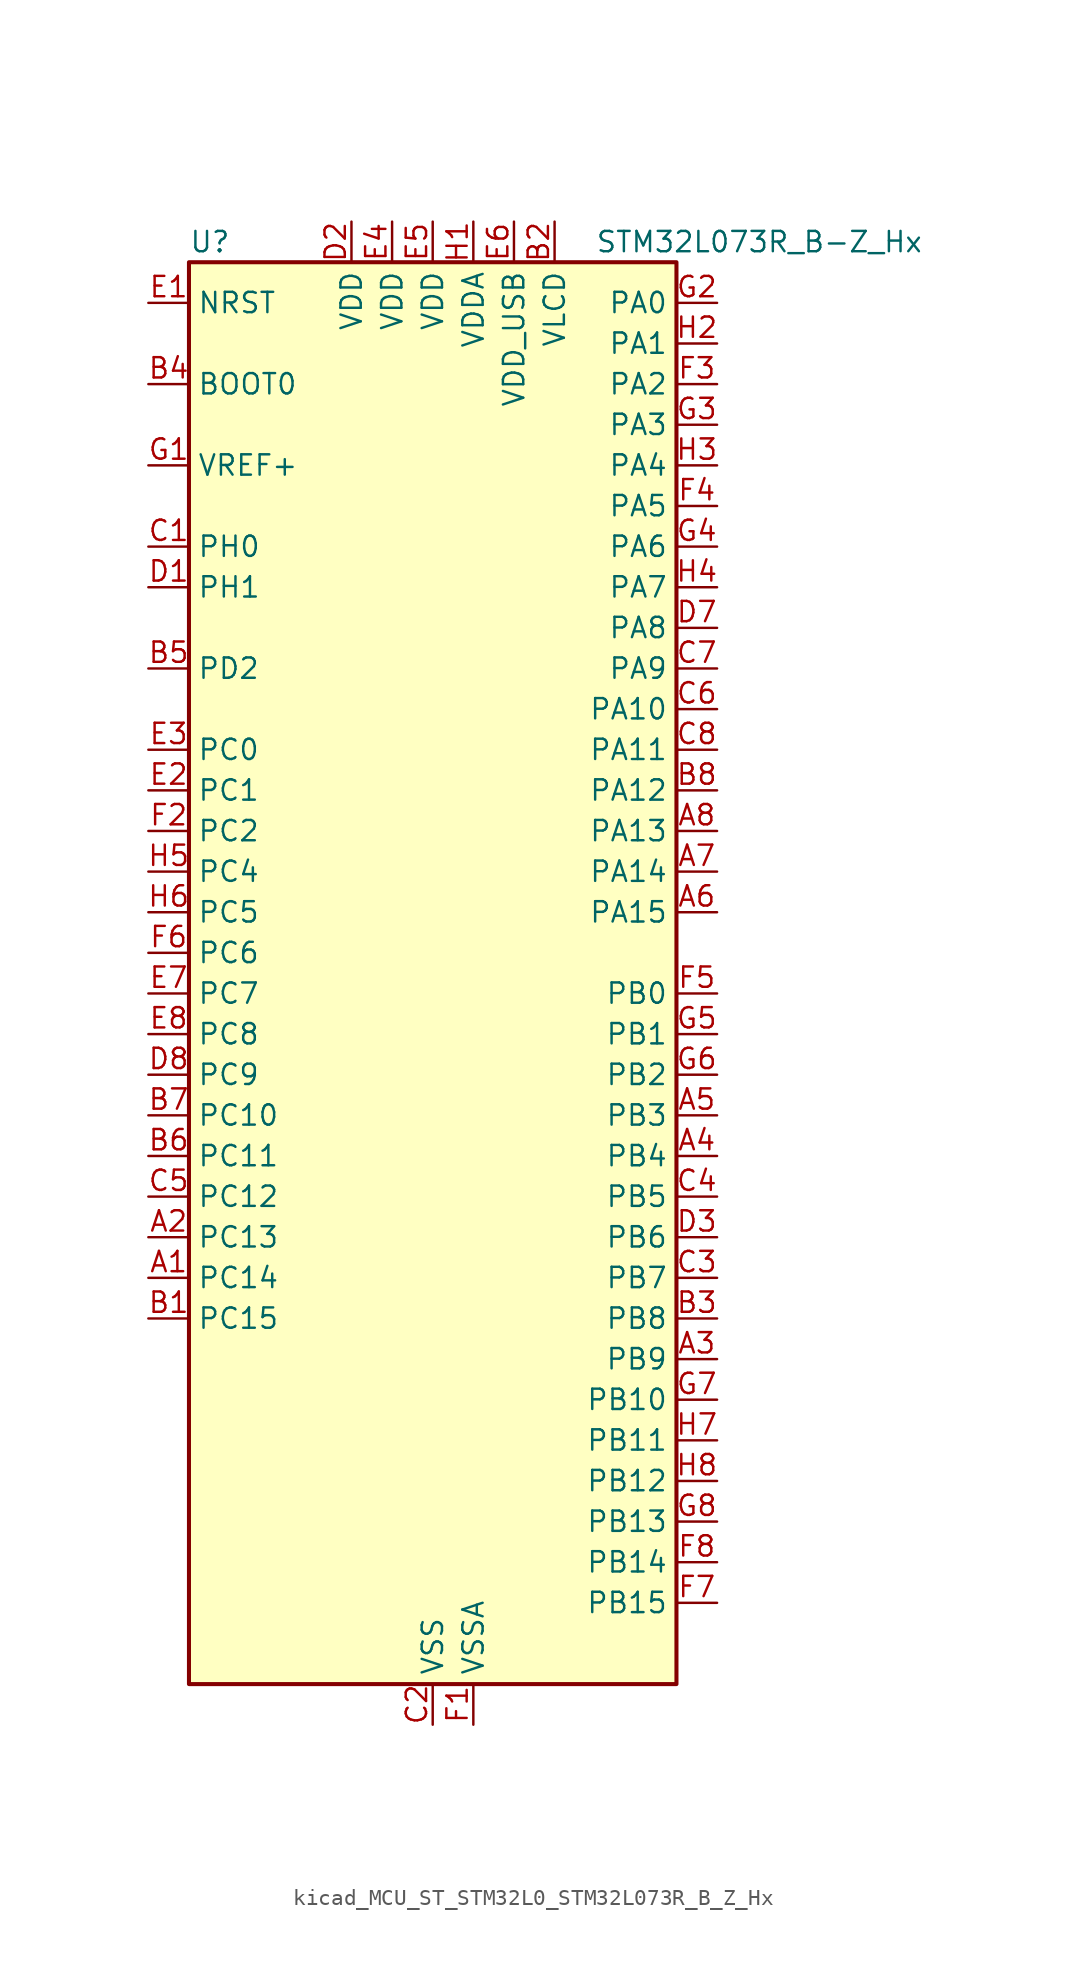
<source format=kicad_sym>
(kicad_symbol_lib
  (version 20220914)
  (generator kicad_symbol_editor)
  (symbol "kicad_MCU_ST_STM32L0_STM32L073R_B_Z_Hx"
    (property "Reference" "U"
      (at -15.24 46.99 0)
      (effects (font (size 1.27 1.27)) (justify left)))
    (property "Value" "STM32L073R_B-Z_Hx"
      (at 10.16 46.99 0)
      (effects (font (size 1.27 1.27)) (justify left)))
    (property "ki_locked" ""
      (at 0 0 0)
      (effects (font (size 1.27 1.27))))
    (symbol "kicad_MCU_ST_STM32L0_STM32L073R_B_Z_Hx_0_1"
      (rectangle (start -15.24 -43.18) (end 15.24 45.72) (stroke (width 0.254) (type default)) (fill (type background))))
    (symbol "kicad_MCU_ST_STM32L0_STM32L073R_B_Z_Hx_1_1"
      (pin bidirectional line (at -17.78 -17.78 0) (length 2.54) (name "PC14" (effects (font (size 1.27 1.27)))) (number "A1" (effects (font (size 1.27 1.27)))) (alternate "RCC_OSC32_IN" bidirectional line))
      (pin bidirectional line (at -17.78 -15.24 0) (length 2.54) (name "PC13" (effects (font (size 1.27 1.27)))) (number "A2" (effects (font (size 1.27 1.27)))) (alternate "RTC_OUT_ALARM" bidirectional line) (alternate "RTC_OUT_CALIB" bidirectional line) (alternate "RTC_TAMP1" bidirectional line) (alternate "RTC_TS" bidirectional line) (alternate "SYS_WKUP2" bidirectional line))
      (pin bidirectional line (at 17.78 -22.86 180) (length 2.54) (name "PB9" (effects (font (size 1.27 1.27)))) (number "A3" (effects (font (size 1.27 1.27)))) (alternate "DAC_EXTI9" bidirectional line) (alternate "I2C1_SDA" bidirectional line) (alternate "I2S2_WS" bidirectional line) (alternate "LCD_COM3" bidirectional line) (alternate "SPI2_NSS" bidirectional line))
      (pin bidirectional line (at 17.78 -10.16 180) (length 2.54) (name "PB4" (effects (font (size 1.27 1.27)))) (number "A4" (effects (font (size 1.27 1.27)))) (alternate "COMP2_INP" bidirectional line) (alternate "I2C3_SDA" bidirectional line) (alternate "LCD_SEG8" bidirectional line) (alternate "SPI1_MISO" bidirectional line) (alternate "TIM22_CH1" bidirectional line) (alternate "TIM3_CH1" bidirectional line) (alternate "TSC_G5_IO2" bidirectional line) (alternate "USART1_CTS" bidirectional line) (alternate "USART5_RX" bidirectional line))
      (pin bidirectional line (at 17.78 -7.62 180) (length 2.54) (name "PB3" (effects (font (size 1.27 1.27)))) (number "A5" (effects (font (size 1.27 1.27)))) (alternate "COMP2_INM" bidirectional line) (alternate "LCD_SEG7" bidirectional line) (alternate "SPI1_SCK" bidirectional line) (alternate "TIM2_CH2" bidirectional line) (alternate "TSC_G5_IO1" bidirectional line) (alternate "USART1_DE" bidirectional line) (alternate "USART1_RTS" bidirectional line) (alternate "USART5_TX" bidirectional line))
      (pin bidirectional line (at 17.78 5.08 180) (length 2.54) (name "PA15" (effects (font (size 1.27 1.27)))) (number "A6" (effects (font (size 1.27 1.27)))) (alternate "LCD_SEG17" bidirectional line) (alternate "SPI1_NSS" bidirectional line) (alternate "TIM2_CH1" bidirectional line) (alternate "TIM2_ETR" bidirectional line) (alternate "USART2_RX" bidirectional line) (alternate "USART4_DE" bidirectional line) (alternate "USART4_RTS" bidirectional line))
      (pin bidirectional line (at 17.78 7.62 180) (length 2.54) (name "PA14" (effects (font (size 1.27 1.27)))) (number "A7" (effects (font (size 1.27 1.27)))) (alternate "LPUART1_TX" bidirectional line) (alternate "SYS_SWCLK" bidirectional line) (alternate "USART2_TX" bidirectional line))
      (pin bidirectional line (at 17.78 10.16 180) (length 2.54) (name "PA13" (effects (font (size 1.27 1.27)))) (number "A8" (effects (font (size 1.27 1.27)))) (alternate "LPUART1_RX" bidirectional line) (alternate "SYS_SWDIO" bidirectional line) (alternate "USB_NOE" bidirectional line))
      (pin bidirectional line (at -17.78 -20.32 0) (length 2.54) (name "PC15" (effects (font (size 1.27 1.27)))) (number "B1" (effects (font (size 1.27 1.27)))) (alternate "RCC_OSC32_OUT" bidirectional line))
      (pin power_in line (at 7.62 48.26 270) (length 2.54) (name "VLCD" (effects (font (size 1.27 1.27)))) (number "B2" (effects (font (size 1.27 1.27)))))
      (pin bidirectional line (at 17.78 -20.32 180) (length 2.54) (name "PB8" (effects (font (size 1.27 1.27)))) (number "B3" (effects (font (size 1.27 1.27)))) (alternate "I2C1_SCL" bidirectional line) (alternate "LCD_SEG16" bidirectional line) (alternate "TSC_SYNC" bidirectional line))
      (pin input line (at -17.78 38.1 0) (length 2.54) (name "BOOT0" (effects (font (size 1.27 1.27)))) (number "B4" (effects (font (size 1.27 1.27)))))
      (pin bidirectional line (at -17.78 20.32 0) (length 2.54) (name "PD2" (effects (font (size 1.27 1.27)))) (number "B5" (effects (font (size 1.27 1.27)))) (alternate "LCD_COM7" bidirectional line) (alternate "LCD_SEG31" bidirectional line) (alternate "LPUART1_DE" bidirectional line) (alternate "LPUART1_RTS" bidirectional line) (alternate "TIM3_ETR" bidirectional line) (alternate "USART5_RX" bidirectional line))
      (pin bidirectional line (at -17.78 -10.16 0) (length 2.54) (name "PC11" (effects (font (size 1.27 1.27)))) (number "B6" (effects (font (size 1.27 1.27)))) (alternate "ADC_EXTI11" bidirectional line) (alternate "LCD_COM5" bidirectional line) (alternate "LCD_SEG29" bidirectional line) (alternate "LPUART1_RX" bidirectional line) (alternate "USART4_RX" bidirectional line))
      (pin bidirectional line (at -17.78 -7.62 0) (length 2.54) (name "PC10" (effects (font (size 1.27 1.27)))) (number "B7" (effects (font (size 1.27 1.27)))) (alternate "LCD_COM4" bidirectional line) (alternate "LCD_SEG28" bidirectional line) (alternate "LPUART1_TX" bidirectional line) (alternate "USART4_TX" bidirectional line))
      (pin bidirectional line (at 17.78 12.7 180) (length 2.54) (name "PA12" (effects (font (size 1.27 1.27)))) (number "B8" (effects (font (size 1.27 1.27)))) (alternate "COMP2_OUT" bidirectional line) (alternate "SPI1_MOSI" bidirectional line) (alternate "TSC_G4_IO4" bidirectional line) (alternate "USART1_DE" bidirectional line) (alternate "USART1_RTS" bidirectional line) (alternate "USB_DP" bidirectional line))
      (pin bidirectional line (at -17.78 27.94 0) (length 2.54) (name "PH0" (effects (font (size 1.27 1.27)))) (number "C1" (effects (font (size 1.27 1.27)))) (alternate "CRS_SYNC" bidirectional line) (alternate "RCC_OSC_IN" bidirectional line))
      (pin power_in line (at 0 -45.72 90) (length 2.54) (name "VSS" (effects (font (size 1.27 1.27)))) (number "C2" (effects (font (size 1.27 1.27)))))
      (pin bidirectional line (at 17.78 -17.78 180) (length 2.54) (name "PB7" (effects (font (size 1.27 1.27)))) (number "C3" (effects (font (size 1.27 1.27)))) (alternate "COMP2_INP" bidirectional line) (alternate "I2C1_SDA" bidirectional line) (alternate "LPTIM1_IN2" bidirectional line) (alternate "SYS_PVD_IN" bidirectional line) (alternate "TSC_G5_IO4" bidirectional line) (alternate "USART1_RX" bidirectional line) (alternate "USART4_CTS" bidirectional line))
      (pin bidirectional line (at 17.78 -12.7 180) (length 2.54) (name "PB5" (effects (font (size 1.27 1.27)))) (number "C4" (effects (font (size 1.27 1.27)))) (alternate "COMP2_INP" bidirectional line) (alternate "I2C1_SMBA" bidirectional line) (alternate "LCD_SEG9" bidirectional line) (alternate "LPTIM1_IN1" bidirectional line) (alternate "SPI1_MOSI" bidirectional line) (alternate "TIM22_CH2" bidirectional line) (alternate "TIM3_CH2" bidirectional line) (alternate "USART1_CK" bidirectional line) (alternate "USART5_CK" bidirectional line) (alternate "USART5_DE" bidirectional line) (alternate "USART5_RTS" bidirectional line))
      (pin bidirectional line (at -17.78 -12.7 0) (length 2.54) (name "PC12" (effects (font (size 1.27 1.27)))) (number "C5" (effects (font (size 1.27 1.27)))) (alternate "LCD_COM6" bidirectional line) (alternate "LCD_SEG30" bidirectional line) (alternate "USART4_CK" bidirectional line) (alternate "USART5_TX" bidirectional line))
      (pin bidirectional line (at 17.78 17.78 180) (length 2.54) (name "PA10" (effects (font (size 1.27 1.27)))) (number "C6" (effects (font (size 1.27 1.27)))) (alternate "I2C1_SDA" bidirectional line) (alternate "LCD_COM2" bidirectional line) (alternate "TSC_G4_IO2" bidirectional line) (alternate "USART1_RX" bidirectional line))
      (pin bidirectional line (at 17.78 20.32 180) (length 2.54) (name "PA9" (effects (font (size 1.27 1.27)))) (number "C7" (effects (font (size 1.27 1.27)))) (alternate "DAC_EXTI9" bidirectional line) (alternate "I2C1_SCL" bidirectional line) (alternate "I2C3_SMBA" bidirectional line) (alternate "LCD_COM1" bidirectional line) (alternate "RCC_MCO" bidirectional line) (alternate "TSC_G4_IO1" bidirectional line) (alternate "USART1_TX" bidirectional line))
      (pin bidirectional line (at 17.78 15.24 180) (length 2.54) (name "PA11" (effects (font (size 1.27 1.27)))) (number "C8" (effects (font (size 1.27 1.27)))) (alternate "ADC_EXTI11" bidirectional line) (alternate "COMP1_OUT" bidirectional line) (alternate "SPI1_MISO" bidirectional line) (alternate "TSC_G4_IO3" bidirectional line) (alternate "USART1_CTS" bidirectional line) (alternate "USB_DM" bidirectional line))
      (pin bidirectional line (at -17.78 25.4 0) (length 2.54) (name "PH1" (effects (font (size 1.27 1.27)))) (number "D1" (effects (font (size 1.27 1.27)))) (alternate "RCC_OSC_OUT" bidirectional line))
      (pin power_in line (at -5.08 48.26 270) (length 2.54) (name "VDD" (effects (font (size 1.27 1.27)))) (number "D2" (effects (font (size 1.27 1.27)))))
      (pin bidirectional line (at 17.78 -15.24 180) (length 2.54) (name "PB6" (effects (font (size 1.27 1.27)))) (number "D3" (effects (font (size 1.27 1.27)))) (alternate "COMP2_INP" bidirectional line) (alternate "I2C1_SCL" bidirectional line) (alternate "LPTIM1_ETR" bidirectional line) (alternate "TSC_G5_IO3" bidirectional line) (alternate "USART1_TX" bidirectional line))
      (pin passive line (at 0 -45.72 90) (length 2.54) hide (name "VSS" (effects (font (size 1.27 1.27)))) (number "D4" (effects (font (size 1.27 1.27)))))
      (pin passive line (at 0 -45.72 90) (length 2.54) hide (name "VSS" (effects (font (size 1.27 1.27)))) (number "D5" (effects (font (size 1.27 1.27)))))
      (pin passive line (at 0 -45.72 90) (length 2.54) hide (name "VSS" (effects (font (size 1.27 1.27)))) (number "D6" (effects (font (size 1.27 1.27)))))
      (pin bidirectional line (at 17.78 22.86 180) (length 2.54) (name "PA8" (effects (font (size 1.27 1.27)))) (number "D7" (effects (font (size 1.27 1.27)))) (alternate "CRS_SYNC" bidirectional line) (alternate "I2C3_SCL" bidirectional line) (alternate "LCD_COM0" bidirectional line) (alternate "RCC_MCO" bidirectional line) (alternate "USART1_CK" bidirectional line))
      (pin bidirectional line (at -17.78 -5.08 0) (length 2.54) (name "PC9" (effects (font (size 1.27 1.27)))) (number "D8" (effects (font (size 1.27 1.27)))) (alternate "DAC_EXTI9" bidirectional line) (alternate "I2C3_SDA" bidirectional line) (alternate "LCD_SEG27" bidirectional line) (alternate "TIM21_ETR" bidirectional line) (alternate "TIM3_CH4" bidirectional line) (alternate "TSC_G8_IO4" bidirectional line) (alternate "USB_NOE" bidirectional line))
      (pin input line (at -17.78 43.18 0) (length 2.54) (name "NRST" (effects (font (size 1.27 1.27)))) (number "E1" (effects (font (size 1.27 1.27)))))
      (pin bidirectional line (at -17.78 12.7 0) (length 2.54) (name "PC1" (effects (font (size 1.27 1.27)))) (number "E2" (effects (font (size 1.27 1.27)))) (alternate "ADC_IN11" bidirectional line) (alternate "I2C3_SDA" bidirectional line) (alternate "LCD_SEG19" bidirectional line) (alternate "LPTIM1_OUT" bidirectional line) (alternate "LPUART1_TX" bidirectional line) (alternate "TSC_G7_IO2" bidirectional line))
      (pin bidirectional line (at -17.78 15.24 0) (length 2.54) (name "PC0" (effects (font (size 1.27 1.27)))) (number "E3" (effects (font (size 1.27 1.27)))) (alternate "ADC_IN10" bidirectional line) (alternate "I2C3_SCL" bidirectional line) (alternate "LCD_SEG18" bidirectional line) (alternate "LPTIM1_IN1" bidirectional line) (alternate "LPUART1_RX" bidirectional line) (alternate "TSC_G7_IO1" bidirectional line))
      (pin power_in line (at -2.54 48.26 270) (length 2.54) (name "VDD" (effects (font (size 1.27 1.27)))) (number "E4" (effects (font (size 1.27 1.27)))))
      (pin power_in line (at 0 48.26 270) (length 2.54) (name "VDD" (effects (font (size 1.27 1.27)))) (number "E5" (effects (font (size 1.27 1.27)))))
      (pin power_in line (at 5.08 48.26 270) (length 2.54) (name "VDD_USB" (effects (font (size 1.27 1.27)))) (number "E6" (effects (font (size 1.27 1.27)))))
      (pin bidirectional line (at -17.78 0 0) (length 2.54) (name "PC7" (effects (font (size 1.27 1.27)))) (number "E7" (effects (font (size 1.27 1.27)))) (alternate "LCD_SEG25" bidirectional line) (alternate "TIM22_CH2" bidirectional line) (alternate "TIM3_CH2" bidirectional line) (alternate "TSC_G8_IO2" bidirectional line))
      (pin bidirectional line (at -17.78 -2.54 0) (length 2.54) (name "PC8" (effects (font (size 1.27 1.27)))) (number "E8" (effects (font (size 1.27 1.27)))) (alternate "LCD_SEG26" bidirectional line) (alternate "TIM22_ETR" bidirectional line) (alternate "TIM3_CH3" bidirectional line) (alternate "TSC_G8_IO3" bidirectional line))
      (pin power_in line (at 2.54 -45.72 90) (length 2.54) (name "VSSA" (effects (font (size 1.27 1.27)))) (number "F1" (effects (font (size 1.27 1.27)))))
      (pin bidirectional line (at -17.78 10.16 0) (length 2.54) (name "PC2" (effects (font (size 1.27 1.27)))) (number "F2" (effects (font (size 1.27 1.27)))) (alternate "ADC_IN12" bidirectional line) (alternate "I2S2_MCK" bidirectional line) (alternate "LCD_SEG20" bidirectional line) (alternate "LPTIM1_IN2" bidirectional line) (alternate "SPI2_MISO" bidirectional line) (alternate "TSC_G7_IO3" bidirectional line))
      (pin bidirectional line (at 17.78 38.1 180) (length 2.54) (name "PA2" (effects (font (size 1.27 1.27)))) (number "F3" (effects (font (size 1.27 1.27)))) (alternate "ADC_IN2" bidirectional line) (alternate "COMP2_INM" bidirectional line) (alternate "COMP2_OUT" bidirectional line) (alternate "LCD_SEG1" bidirectional line) (alternate "LPUART1_TX" bidirectional line) (alternate "TIM21_CH1" bidirectional line) (alternate "TIM2_CH3" bidirectional line) (alternate "TSC_G1_IO3" bidirectional line) (alternate "USART2_TX" bidirectional line))
      (pin bidirectional line (at 17.78 30.48 180) (length 2.54) (name "PA5" (effects (font (size 1.27 1.27)))) (number "F4" (effects (font (size 1.27 1.27)))) (alternate "ADC_IN5" bidirectional line) (alternate "COMP1_INM" bidirectional line) (alternate "COMP2_INM" bidirectional line) (alternate "DAC_OUT2" bidirectional line) (alternate "SPI1_SCK" bidirectional line) (alternate "TIM2_CH1" bidirectional line) (alternate "TIM2_ETR" bidirectional line) (alternate "TSC_G2_IO2" bidirectional line))
      (pin bidirectional line (at 17.78 0 180) (length 2.54) (name "PB0" (effects (font (size 1.27 1.27)))) (number "F5" (effects (font (size 1.27 1.27)))) (alternate "ADC_IN8" bidirectional line) (alternate "LCD_SEG5" bidirectional line) (alternate "LCD_VLCD3" bidirectional line) (alternate "SYS_VREF_OUT_PB0" bidirectional line) (alternate "TIM3_CH3" bidirectional line) (alternate "TSC_G3_IO2" bidirectional line))
      (pin bidirectional line (at -17.78 2.54 0) (length 2.54) (name "PC6" (effects (font (size 1.27 1.27)))) (number "F6" (effects (font (size 1.27 1.27)))) (alternate "LCD_SEG24" bidirectional line) (alternate "TIM22_CH1" bidirectional line) (alternate "TIM3_CH1" bidirectional line) (alternate "TSC_G8_IO1" bidirectional line))
      (pin bidirectional line (at 17.78 -38.1 180) (length 2.54) (name "PB15" (effects (font (size 1.27 1.27)))) (number "F7" (effects (font (size 1.27 1.27)))) (alternate "I2S2_SD" bidirectional line) (alternate "LCD_SEG15" bidirectional line) (alternate "RTC_REFIN" bidirectional line) (alternate "SPI2_MOSI" bidirectional line))
      (pin bidirectional line (at 17.78 -35.56 180) (length 2.54) (name "PB14" (effects (font (size 1.27 1.27)))) (number "F8" (effects (font (size 1.27 1.27)))) (alternate "I2C2_SDA" bidirectional line) (alternate "I2S2_MCK" bidirectional line) (alternate "LCD_SEG14" bidirectional line) (alternate "LPUART1_DE" bidirectional line) (alternate "LPUART1_RTS" bidirectional line) (alternate "RTC_OUT_ALARM" bidirectional line) (alternate "RTC_OUT_CALIB" bidirectional line) (alternate "SPI2_MISO" bidirectional line) (alternate "TIM21_CH2" bidirectional line) (alternate "TSC_G6_IO4" bidirectional line))
      (pin input line (at -17.78 33.02 0) (length 2.54) (name "VREF+" (effects (font (size 1.27 1.27)))) (number "G1" (effects (font (size 1.27 1.27)))))
      (pin bidirectional line (at 17.78 43.18 180) (length 2.54) (name "PA0" (effects (font (size 1.27 1.27)))) (number "G2" (effects (font (size 1.27 1.27)))) (alternate "ADC_IN0" bidirectional line) (alternate "COMP1_INM" bidirectional line) (alternate "COMP1_OUT" bidirectional line) (alternate "RTC_TAMP2" bidirectional line) (alternate "SYS_WKUP1" bidirectional line) (alternate "TIM2_CH1" bidirectional line) (alternate "TIM2_ETR" bidirectional line) (alternate "TSC_G1_IO1" bidirectional line) (alternate "USART2_CTS" bidirectional line) (alternate "USART4_TX" bidirectional line))
      (pin bidirectional line (at 17.78 35.56 180) (length 2.54) (name "PA3" (effects (font (size 1.27 1.27)))) (number "G3" (effects (font (size 1.27 1.27)))) (alternate "ADC_IN3" bidirectional line) (alternate "COMP2_INP" bidirectional line) (alternate "LCD_SEG2" bidirectional line) (alternate "LPUART1_RX" bidirectional line) (alternate "TIM21_CH2" bidirectional line) (alternate "TIM2_CH4" bidirectional line) (alternate "TSC_G1_IO4" bidirectional line) (alternate "USART2_RX" bidirectional line))
      (pin bidirectional line (at 17.78 27.94 180) (length 2.54) (name "PA6" (effects (font (size 1.27 1.27)))) (number "G4" (effects (font (size 1.27 1.27)))) (alternate "ADC_IN6" bidirectional line) (alternate "COMP1_OUT" bidirectional line) (alternate "LCD_SEG3" bidirectional line) (alternate "LPUART1_CTS" bidirectional line) (alternate "SPI1_MISO" bidirectional line) (alternate "TIM22_CH1" bidirectional line) (alternate "TIM3_CH1" bidirectional line) (alternate "TSC_G2_IO3" bidirectional line))
      (pin bidirectional line (at 17.78 -2.54 180) (length 2.54) (name "PB1" (effects (font (size 1.27 1.27)))) (number "G5" (effects (font (size 1.27 1.27)))) (alternate "ADC_IN9" bidirectional line) (alternate "LCD_SEG6" bidirectional line) (alternate "LPUART1_DE" bidirectional line) (alternate "LPUART1_RTS" bidirectional line) (alternate "SYS_VREF_OUT_PB1" bidirectional line) (alternate "TIM3_CH4" bidirectional line) (alternate "TSC_G3_IO3" bidirectional line))
      (pin bidirectional line (at 17.78 -5.08 180) (length 2.54) (name "PB2" (effects (font (size 1.27 1.27)))) (number "G6" (effects (font (size 1.27 1.27)))) (alternate "I2C3_SMBA" bidirectional line) (alternate "LCD_VLCD2" bidirectional line) (alternate "LPTIM1_OUT" bidirectional line) (alternate "TSC_G3_IO4" bidirectional line))
      (pin bidirectional line (at 17.78 -25.4 180) (length 2.54) (name "PB10" (effects (font (size 1.27 1.27)))) (number "G7" (effects (font (size 1.27 1.27)))) (alternate "I2C2_SCL" bidirectional line) (alternate "LCD_SEG10" bidirectional line) (alternate "LPUART1_RX" bidirectional line) (alternate "LPUART1_TX" bidirectional line) (alternate "SPI2_SCK" bidirectional line) (alternate "TIM2_CH3" bidirectional line) (alternate "TSC_SYNC" bidirectional line))
      (pin bidirectional line (at 17.78 -33.02 180) (length 2.54) (name "PB13" (effects (font (size 1.27 1.27)))) (number "G8" (effects (font (size 1.27 1.27)))) (alternate "I2C2_SCL" bidirectional line) (alternate "I2S2_CK" bidirectional line) (alternate "LCD_SEG13" bidirectional line) (alternate "LPUART1_CTS" bidirectional line) (alternate "RCC_MCO" bidirectional line) (alternate "SPI2_SCK" bidirectional line) (alternate "TIM21_CH1" bidirectional line) (alternate "TSC_G6_IO3" bidirectional line))
      (pin power_in line (at 2.54 48.26 270) (length 2.54) (name "VDDA" (effects (font (size 1.27 1.27)))) (number "H1" (effects (font (size 1.27 1.27)))))
      (pin bidirectional line (at 17.78 40.64 180) (length 2.54) (name "PA1" (effects (font (size 1.27 1.27)))) (number "H2" (effects (font (size 1.27 1.27)))) (alternate "ADC_IN1" bidirectional line) (alternate "COMP1_INP" bidirectional line) (alternate "LCD_SEG0" bidirectional line) (alternate "TIM21_ETR" bidirectional line) (alternate "TIM2_CH2" bidirectional line) (alternate "TSC_G1_IO2" bidirectional line) (alternate "USART2_DE" bidirectional line) (alternate "USART2_RTS" bidirectional line) (alternate "USART4_RX" bidirectional line))
      (pin bidirectional line (at 17.78 33.02 180) (length 2.54) (name "PA4" (effects (font (size 1.27 1.27)))) (number "H3" (effects (font (size 1.27 1.27)))) (alternate "ADC_IN4" bidirectional line) (alternate "COMP1_INM" bidirectional line) (alternate "COMP2_INM" bidirectional line) (alternate "DAC_OUT1" bidirectional line) (alternate "SPI1_NSS" bidirectional line) (alternate "TIM22_ETR" bidirectional line) (alternate "TSC_G2_IO1" bidirectional line) (alternate "USART2_CK" bidirectional line))
      (pin bidirectional line (at 17.78 25.4 180) (length 2.54) (name "PA7" (effects (font (size 1.27 1.27)))) (number "H4" (effects (font (size 1.27 1.27)))) (alternate "ADC_IN7" bidirectional line) (alternate "COMP2_OUT" bidirectional line) (alternate "LCD_SEG4" bidirectional line) (alternate "SPI1_MOSI" bidirectional line) (alternate "TIM22_CH2" bidirectional line) (alternate "TIM3_CH2" bidirectional line) (alternate "TSC_G2_IO4" bidirectional line))
      (pin bidirectional line (at -17.78 7.62 0) (length 2.54) (name "PC4" (effects (font (size 1.27 1.27)))) (number "H5" (effects (font (size 1.27 1.27)))) (alternate "ADC_IN14" bidirectional line) (alternate "LCD_SEG22" bidirectional line) (alternate "LPUART1_TX" bidirectional line))
      (pin bidirectional line (at -17.78 5.08 0) (length 2.54) (name "PC5" (effects (font (size 1.27 1.27)))) (number "H6" (effects (font (size 1.27 1.27)))) (alternate "ADC_IN15" bidirectional line) (alternate "LCD_SEG23" bidirectional line) (alternate "LPUART1_RX" bidirectional line) (alternate "TSC_G3_IO1" bidirectional line))
      (pin bidirectional line (at 17.78 -27.94 180) (length 2.54) (name "PB11" (effects (font (size 1.27 1.27)))) (number "H7" (effects (font (size 1.27 1.27)))) (alternate "ADC_EXTI11" bidirectional line) (alternate "I2C2_SDA" bidirectional line) (alternate "LCD_SEG11" bidirectional line) (alternate "LPUART1_RX" bidirectional line) (alternate "LPUART1_TX" bidirectional line) (alternate "TIM2_CH4" bidirectional line) (alternate "TSC_G6_IO1" bidirectional line))
      (pin bidirectional line (at 17.78 -30.48 180) (length 2.54) (name "PB12" (effects (font (size 1.27 1.27)))) (number "H8" (effects (font (size 1.27 1.27)))) (alternate "I2S2_WS" bidirectional line) (alternate "LCD_SEG12" bidirectional line) (alternate "LCD_VLCD2" bidirectional line) (alternate "LPUART1_DE" bidirectional line) (alternate "LPUART1_RTS" bidirectional line) (alternate "SPI2_NSS" bidirectional line) (alternate "TSC_G6_IO2" bidirectional line)))))
</source>
